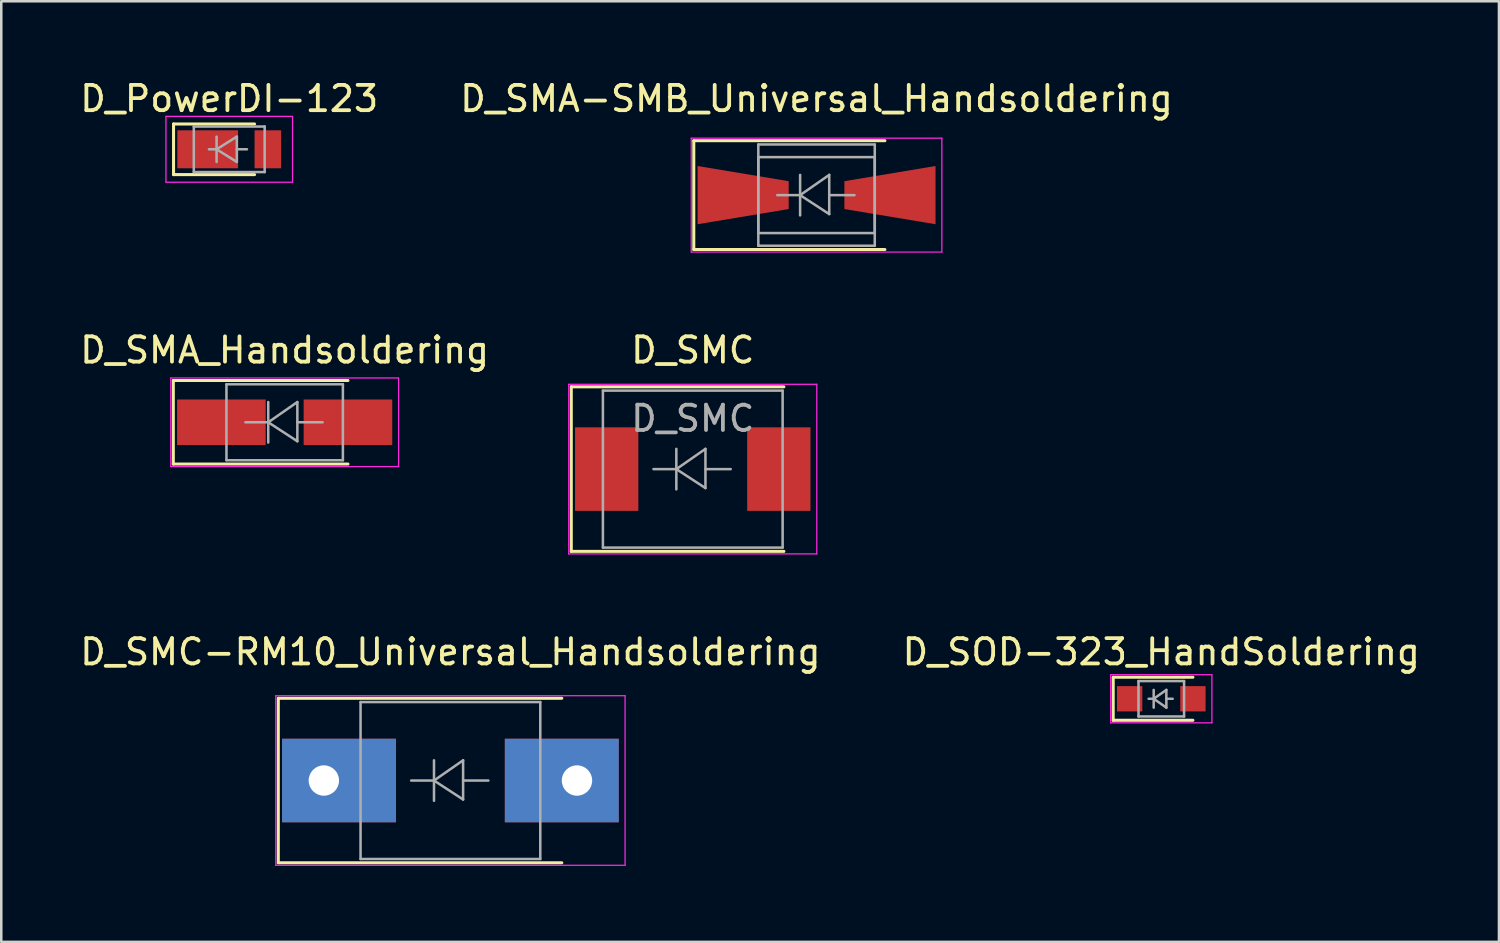
<source format=kicad_pcb>
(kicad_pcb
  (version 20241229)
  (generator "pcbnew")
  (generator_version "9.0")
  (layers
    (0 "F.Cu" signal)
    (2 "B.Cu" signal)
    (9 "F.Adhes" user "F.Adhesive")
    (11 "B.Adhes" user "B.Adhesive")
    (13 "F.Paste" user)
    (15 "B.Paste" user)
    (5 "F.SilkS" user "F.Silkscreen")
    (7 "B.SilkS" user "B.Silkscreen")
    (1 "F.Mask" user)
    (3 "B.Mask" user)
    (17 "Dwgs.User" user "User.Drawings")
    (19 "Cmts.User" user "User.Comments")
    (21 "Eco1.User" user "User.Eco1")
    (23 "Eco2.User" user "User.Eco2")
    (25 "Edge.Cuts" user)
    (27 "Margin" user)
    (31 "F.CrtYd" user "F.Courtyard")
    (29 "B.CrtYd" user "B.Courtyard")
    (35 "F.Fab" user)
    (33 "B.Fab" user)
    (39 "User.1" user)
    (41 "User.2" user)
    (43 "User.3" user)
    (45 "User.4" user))
  (footprint "D_SMC"
    (layer "F.Cu")
    (at 24.318 15.482)
    (property "Reference" "D_SMC" (at 0 -4.7 0) (layer "F.SilkS") (effects (font (size 1 1) (thickness 0.15))))
    (attr smd)
    (fp_line (start -4.8 -3.25) (end 3.6 -3.25) (stroke (width 0.12) (type solid)) (layer "F.SilkS"))
    (fp_line (start -4.8 3.25) (end -4.8 -3.25) (stroke (width 0.12) (type solid)) (layer "F.SilkS"))
    (fp_line (start -4.8 3.25) (end 3.6 3.25) (stroke (width 0.12) (type solid)) (layer "F.SilkS"))
    (fp_line (start -4.9 -3.35) (end 4.9 -3.35) (stroke (width 0.05) (type solid)) (layer "F.CrtYd"))
    (fp_line (start -4.9 3.35) (end -4.9 -3.35) (stroke (width 0.05) (type solid)) (layer "F.CrtYd"))
    (fp_line (start 4.9 -3.35) (end 4.9 3.35) (stroke (width 0.05) (type solid)) (layer "F.CrtYd"))
    (fp_line (start 4.9 3.35) (end -4.9 3.35) (stroke (width 0.05) (type solid)) (layer "F.CrtYd"))
    (fp_line (start -3.55 3.1) (end -3.55 -3.1) (stroke (width 0.1) (type solid)) (layer "F.Fab"))
    (fp_line (start -0.649 -0.799) (end -0.649 0.801) (stroke (width 0.1) (type solid)) (layer "F.Fab"))
    (fp_line (start -0.649 0.001) (end -1.551 0.001) (stroke (width 0.1) (type solid)) (layer "F.Fab"))
    (fp_line (start -0.649 0.001) (end 0.501 -0.799) (stroke (width 0.1) (type solid)) (layer "F.Fab"))
    (fp_line (start -0.649 0.001) (end 0.501 0.75) (stroke (width 0.1) (type solid)) (layer "F.Fab"))
    (fp_line (start 0.501 0.001) (end 1.499 0.001) (stroke (width 0.1) (type solid)) (layer "F.Fab"))
    (fp_line (start 0.501 0.75) (end 0.501 -0.799) (stroke (width 0.1) (type solid)) (layer "F.Fab"))
    (fp_line (start 3.55 -3.1) (end -3.55 -3.1) (stroke (width 0.1) (type solid)) (layer "F.Fab"))
    (fp_line (start 3.55 -3.1) (end 3.55 3.1) (stroke (width 0.1) (type solid)) (layer "F.Fab"))
    (fp_line (start 3.55 3.1) (end -3.55 3.1) (stroke (width 0.1) (type solid)) (layer "F.Fab"))
    (fp_text user "${REFERENCE}" (at 0 -2 0) (layer "F.Fab") (effects (font (size 1 1) (thickness 0.15))))
    (pad "1" smd rect (at -3.4 0 90) (size 3.3 2.5) (layers "F.Cu" "F.Mask" "F.Paste"))
    (pad "2" smd rect (at 3.4 0 90) (size 3.3 2.5) (layers "F.Cu" "F.Mask" "F.Paste")))
  (footprint "D_SMC-RM10_Universal_Handsoldering"
    (layer "F.Cu")
    (at 14.744 27.785)
    (property "Reference" "D_SMC-RM10_Universal_Handsoldering" (at 0 -5.08 0) (layer "F.SilkS") (effects (font (size 1 1) (thickness 0.15))))
    (attr through_hole)
    (fp_line (start -6.8 -3.25) (end 4.4 -3.25) (stroke (width 0.12) (type solid)) (layer "F.SilkS"))
    (fp_line (start -6.8 3.25) (end -6.8 -3.25) (stroke (width 0.12) (type solid)) (layer "F.SilkS"))
    (fp_line (start -6.8 3.25) (end 4.4 3.25) (stroke (width 0.12) (type solid)) (layer "F.SilkS"))
    (fp_line (start -6.9 -3.35) (end 6.9 -3.35) (stroke (width 0.05) (type solid)) (layer "F.CrtYd"))
    (fp_line (start -6.9 3.35) (end -6.9 -3.35) (stroke (width 0.05) (type solid)) (layer "F.CrtYd"))
    (fp_line (start 6.9 -3.35) (end 6.9 3.35) (stroke (width 0.05) (type solid)) (layer "F.CrtYd"))
    (fp_line (start 6.9 3.35) (end -6.9 3.35) (stroke (width 0.05) (type solid)) (layer "F.CrtYd"))
    (fp_line (start -3.55 3.1) (end -3.55 -3.1) (stroke (width 0.1) (type solid)) (layer "F.Fab"))
    (fp_line (start -0.649 -0.799) (end -0.649 0.801) (stroke (width 0.1) (type solid)) (layer "F.Fab"))
    (fp_line (start -0.649 0.001) (end -1.551 0.001) (stroke (width 0.1) (type solid)) (layer "F.Fab"))
    (fp_line (start -0.649 0.001) (end 0.501 -0.799) (stroke (width 0.1) (type solid)) (layer "F.Fab"))
    (fp_line (start -0.649 0.001) (end 0.501 0.75) (stroke (width 0.1) (type solid)) (layer "F.Fab"))
    (fp_line (start 0.501 0.001) (end 1.499 0.001) (stroke (width 0.1) (type solid)) (layer "F.Fab"))
    (fp_line (start 0.501 0.75) (end 0.501 -0.799) (stroke (width 0.1) (type solid)) (layer "F.Fab"))
    (fp_line (start 3.55 -3.1) (end -3.55 -3.1) (stroke (width 0.1) (type solid)) (layer "F.Fab"))
    (fp_line (start 3.55 -3.1) (end 3.55 3.1) (stroke (width 0.1) (type solid)) (layer "F.Fab"))
    (fp_line (start 3.55 3.1) (end -3.55 3.1) (stroke (width 0.1) (type solid)) (layer "F.Fab"))
    (pad "1" thru_hole rect (at -5 0) (size 4.5 3.3) (drill 1.2 (offset 0.6 0)) (layers "*.Cu" "*.Mask"))
    (pad "2" thru_hole rect (at 5 0 180) (size 4.5 3.3) (drill 1.2 (offset 0.6 0)) (layers "*.Cu" "*.Mask")))
  (footprint "D_SMA-SMB_Universal_Handsoldering"
    (layer "F.Cu")
    (at 29.208 4.658)
    (property "Reference" "D_SMA-SMB_Universal_Handsoldering" (at 0 -3.81 0) (layer "F.SilkS") (effects (font (size 1 1) (thickness 0.15))))
    (attr smd)
    (fp_line (start -4.85 -2.15) (end -4.85 2.15) (stroke (width 0.12) (type solid)) (layer "F.SilkS"))
    (fp_line (start -4.85 -2.15) (end 2.7 -2.15) (stroke (width 0.12) (type solid)) (layer "F.SilkS"))
    (fp_line (start -4.85 2.15) (end 2.7 2.15) (stroke (width 0.12) (type solid)) (layer "F.SilkS"))
    (fp_line (start -4.95 -2.25) (end 4.95 -2.25) (stroke (width 0.05) (type solid)) (layer "F.CrtYd"))
    (fp_line (start -4.95 2.25) (end -4.95 -2.25) (stroke (width 0.05) (type solid)) (layer "F.CrtYd"))
    (fp_line (start 4.95 -2.25) (end 4.95 2.25) (stroke (width 0.05) (type solid)) (layer "F.CrtYd"))
    (fp_line (start 4.95 2.25) (end -4.95 2.25) (stroke (width 0.05) (type solid)) (layer "F.CrtYd"))
    (fp_line (start -2.3 1.5) (end -2.3 -1.5) (stroke (width 0.1) (type solid)) (layer "F.Fab"))
    (fp_line (start -2.3 2) (end -2.3 -2) (stroke (width 0.1) (type solid)) (layer "F.Fab"))
    (fp_line (start -0.649 -0.799) (end -0.649 0.801) (stroke (width 0.1) (type solid)) (layer "F.Fab"))
    (fp_line (start -0.649 0.001) (end -1.551 0.001) (stroke (width 0.1) (type solid)) (layer "F.Fab"))
    (fp_line (start -0.649 0.001) (end 0.501 -0.799) (stroke (width 0.1) (type solid)) (layer "F.Fab"))
    (fp_line (start -0.649 0.001) (end 0.501 0.75) (stroke (width 0.1) (type solid)) (layer "F.Fab"))
    (fp_line (start 0.501 0.001) (end 1.499 0.001) (stroke (width 0.1) (type solid)) (layer "F.Fab"))
    (fp_line (start 0.501 0.75) (end 0.501 -0.799) (stroke (width 0.1) (type solid)) (layer "F.Fab"))
    (fp_line (start 2.3 -2) (end -2.3 -2) (stroke (width 0.1) (type solid)) (layer "F.Fab"))
    (fp_line (start 2.3 -2) (end 2.3 2) (stroke (width 0.1) (type solid)) (layer "F.Fab"))
    (fp_line (start 2.3 -1.5) (end -2.3 -1.5) (stroke (width 0.1) (type solid)) (layer "F.Fab"))
    (fp_line (start 2.3 -1.5) (end 2.3 1.5) (stroke (width 0.1) (type solid)) (layer "F.Fab"))
    (fp_line (start 2.3 1.5) (end -2.3 1.5) (stroke (width 0.1) (type solid)) (layer "F.Fab"))
    (fp_line (start 2.3 2) (end -2.3 2) (stroke (width 0.1) (type solid)) (layer "F.Fab"))
    (pad "1" smd trapezoid (at -2.9 0) (size 3.6 1.7) (rect_delta 0.6 0) (layers "F.Cu" "F.Mask" "F.Paste"))
    (pad "2" smd trapezoid (at 2.9 0 180) (size 3.6 1.7) (rect_delta 0.6 0) (layers "F.Cu" "F.Mask" "F.Paste")))
  (footprint "D_SMA_Handsoldering"
    (layer "F.Cu")
    (at 8.196 13.632)
    (property "Reference" "D_SMA_Handsoldering" (at 0 -2.85 0) (layer "F.SilkS") (effects (font (size 1 1) (thickness 0.15))))
    (attr smd)
    (fp_line (start -4.4 -1.65) (end -4.4 1.65) (stroke (width 0.12) (type solid)) (layer "F.SilkS"))
    (fp_line (start -4.4 -1.65) (end 2.5 -1.65) (stroke (width 0.12) (type solid)) (layer "F.SilkS"))
    (fp_line (start -4.4 1.65) (end 2.5 1.65) (stroke (width 0.12) (type solid)) (layer "F.SilkS"))
    (fp_line (start -4.5 -1.75) (end 4.5 -1.75) (stroke (width 0.05) (type solid)) (layer "F.CrtYd"))
    (fp_line (start -4.5 1.75) (end -4.5 -1.75) (stroke (width 0.05) (type solid)) (layer "F.CrtYd"))
    (fp_line (start 4.5 -1.75) (end 4.5 1.75) (stroke (width 0.05) (type solid)) (layer "F.CrtYd"))
    (fp_line (start 4.5 1.75) (end -4.5 1.75) (stroke (width 0.05) (type solid)) (layer "F.CrtYd"))
    (fp_line (start -2.3 1.5) (end -2.3 -1.5) (stroke (width 0.1) (type solid)) (layer "F.Fab"))
    (fp_line (start -0.649 -0.799) (end -0.649 0.801) (stroke (width 0.1) (type solid)) (layer "F.Fab"))
    (fp_line (start -0.649 0.001) (end -1.551 0.001) (stroke (width 0.1) (type solid)) (layer "F.Fab"))
    (fp_line (start -0.649 0.001) (end 0.501 -0.799) (stroke (width 0.1) (type solid)) (layer "F.Fab"))
    (fp_line (start -0.649 0.001) (end 0.501 0.75) (stroke (width 0.1) (type solid)) (layer "F.Fab"))
    (fp_line (start 0.501 0.001) (end 1.499 0.001) (stroke (width 0.1) (type solid)) (layer "F.Fab"))
    (fp_line (start 0.501 0.75) (end 0.501 -0.799) (stroke (width 0.1) (type solid)) (layer "F.Fab"))
    (fp_line (start 2.3 -1.5) (end -2.3 -1.5) (stroke (width 0.1) (type solid)) (layer "F.Fab"))
    (fp_line (start 2.3 -1.5) (end 2.3 1.5) (stroke (width 0.1) (type solid)) (layer "F.Fab"))
    (fp_line (start 2.3 1.5) (end -2.3 1.5) (stroke (width 0.1) (type solid)) (layer "F.Fab"))
    (pad "1" smd rect (at -2.5 0) (size 3.5 1.8) (layers "F.Cu" "F.Mask" "F.Paste"))
    (pad "2" smd rect (at 2.5 0) (size 3.5 1.8) (layers "F.Cu" "F.Mask" "F.Paste")))
  (footprint "D_PowerDI-123"
    (layer "F.Cu")
    (at 6.006 2.848)
    (property "Reference" "D_PowerDI-123" (at 0 -2 0) (layer "F.SilkS") (effects (font (size 1 1) (thickness 0.15))))
    (attr smd)
    (fp_line (start -2.2 1) (end -2.2 -1) (stroke (width 0.12) (type solid)) (layer "F.SilkS"))
    (fp_line (start -2.2 1) (end 1 1) (stroke (width 0.12) (type solid)) (layer "F.SilkS"))
    (fp_line (start 1 -1) (end -2.2 -1) (stroke (width 0.12) (type solid)) (layer "F.SilkS"))
    (fp_line (start -2.5 -1.3) (end 2.5 -1.3) (stroke (width 0.05) (type solid)) (layer "F.CrtYd"))
    (fp_line (start -2.5 1.3) (end -2.5 -1.3) (stroke (width 0.05) (type solid)) (layer "F.CrtYd"))
    (fp_line (start 2.5 -1.3) (end 2.5 1.3) (stroke (width 0.05) (type solid)) (layer "F.CrtYd"))
    (fp_line (start 2.5 1.3) (end -2.5 1.3) (stroke (width 0.05) (type solid)) (layer "F.CrtYd"))
    (fp_line (start -1.4 -0.9) (end 1.4 -0.9) (stroke (width 0.1) (type solid)) (layer "F.Fab"))
    (fp_line (start -1.4 0.9) (end -1.4 -0.9) (stroke (width 0.1) (type solid)) (layer "F.Fab"))
    (fp_line (start -0.8 0) (end -0.5 0) (stroke (width 0.1) (type solid)) (layer "F.Fab"))
    (fp_line (start -0.5 0) (end -0.5 -0.5) (stroke (width 0.1) (type solid)) (layer "F.Fab"))
    (fp_line (start -0.5 0) (end -0.5 0.5) (stroke (width 0.1) (type solid)) (layer "F.Fab"))
    (fp_line (start -0.5 0) (end 0.3 0.5) (stroke (width 0.1) (type solid)) (layer "F.Fab"))
    (fp_line (start 0.3 -0.5) (end -0.5 0) (stroke (width 0.1) (type solid)) (layer "F.Fab"))
    (fp_line (start 0.3 0) (end 0.7 0) (stroke (width 0.1) (type solid)) (layer "F.Fab"))
    (fp_line (start 0.3 0.5) (end 0.3 -0.5) (stroke (width 0.1) (type solid)) (layer "F.Fab"))
    (fp_line (start 1.4 -0.9) (end 1.4 0.9) (stroke (width 0.1) (type solid)) (layer "F.Fab"))
    (fp_line (start 1.4 0.9) (end -1.4 0.9) (stroke (width 0.1) (type solid)) (layer "F.Fab"))
    (pad "1" smd rect (at -0.85 0 180) (size 2.4 1.5) (layers "F.Cu" "F.Mask" "F.Paste"))
    (pad "2" smd rect (at 1.525 0 180) (size 1.05 1.5) (layers "F.Cu" "F.Mask" "F.Paste")))
  (footprint "D_SOD-323_HandSoldering"
    (layer "F.Cu")
    (at 42.827 24.555)
    (property "Reference" "D_SOD-323_HandSoldering" (at 0 -1.85 0) (layer "F.SilkS") (effects (font (size 1 1) (thickness 0.15))))
    (attr smd)
    (fp_line (start -1.9 -0.85) (end -1.9 0.85) (stroke (width 0.12) (type solid)) (layer "F.SilkS"))
    (fp_line (start -1.9 -0.85) (end 1.25 -0.85) (stroke (width 0.12) (type solid)) (layer "F.SilkS"))
    (fp_line (start -1.9 0.85) (end 1.25 0.85) (stroke (width 0.12) (type solid)) (layer "F.SilkS"))
    (fp_line (start -2 -0.95) (end -2 0.95) (stroke (width 0.05) (type solid)) (layer "F.CrtYd"))
    (fp_line (start -2 -0.95) (end 2 -0.95) (stroke (width 0.05) (type solid)) (layer "F.CrtYd"))
    (fp_line (start -2 0.95) (end 2 0.95) (stroke (width 0.05) (type solid)) (layer "F.CrtYd"))
    (fp_line (start 2 -0.95) (end 2 0.95) (stroke (width 0.05) (type solid)) (layer "F.CrtYd"))
    (fp_line (start -0.9 -0.7) (end 0.9 -0.7) (stroke (width 0.1) (type solid)) (layer "F.Fab"))
    (fp_line (start -0.9 0.7) (end -0.9 -0.7) (stroke (width 0.1) (type solid)) (layer "F.Fab"))
    (fp_line (start -0.3 -0.35) (end -0.3 0.35) (stroke (width 0.1) (type solid)) (layer "F.Fab"))
    (fp_line (start -0.3 0) (end -0.5 0) (stroke (width 0.1) (type solid)) (layer "F.Fab"))
    (fp_line (start -0.3 0) (end 0.2 -0.35) (stroke (width 0.1) (type solid)) (layer "F.Fab"))
    (fp_line (start 0.2 -0.35) (end 0.2 0.35) (stroke (width 0.1) (type solid)) (layer "F.Fab"))
    (fp_line (start 0.2 0) (end 0.45 0) (stroke (width 0.1) (type solid)) (layer "F.Fab"))
    (fp_line (start 0.2 0.35) (end -0.3 0) (stroke (width 0.1) (type solid)) (layer "F.Fab"))
    (fp_line (start 0.9 -0.7) (end 0.9 0.7) (stroke (width 0.1) (type solid)) (layer "F.Fab"))
    (fp_line (start 0.9 0.7) (end -0.9 0.7) (stroke (width 0.1) (type solid)) (layer "F.Fab"))
    (pad "1" smd rect (at -1.25 0) (size 1 1) (layers "F.Cu" "F.Mask" "F.Paste"))
    (pad "2" smd rect (at 1.25 0) (size 1 1) (layers "F.Cu" "F.Mask" "F.Paste")))
  (gr_rect
    (start -3 -3)
    (end 56.167 34.16)
    (stroke (width 0.1) (type default))
    (fill no)
    (layer "Edge.Cuts")))
</source>
